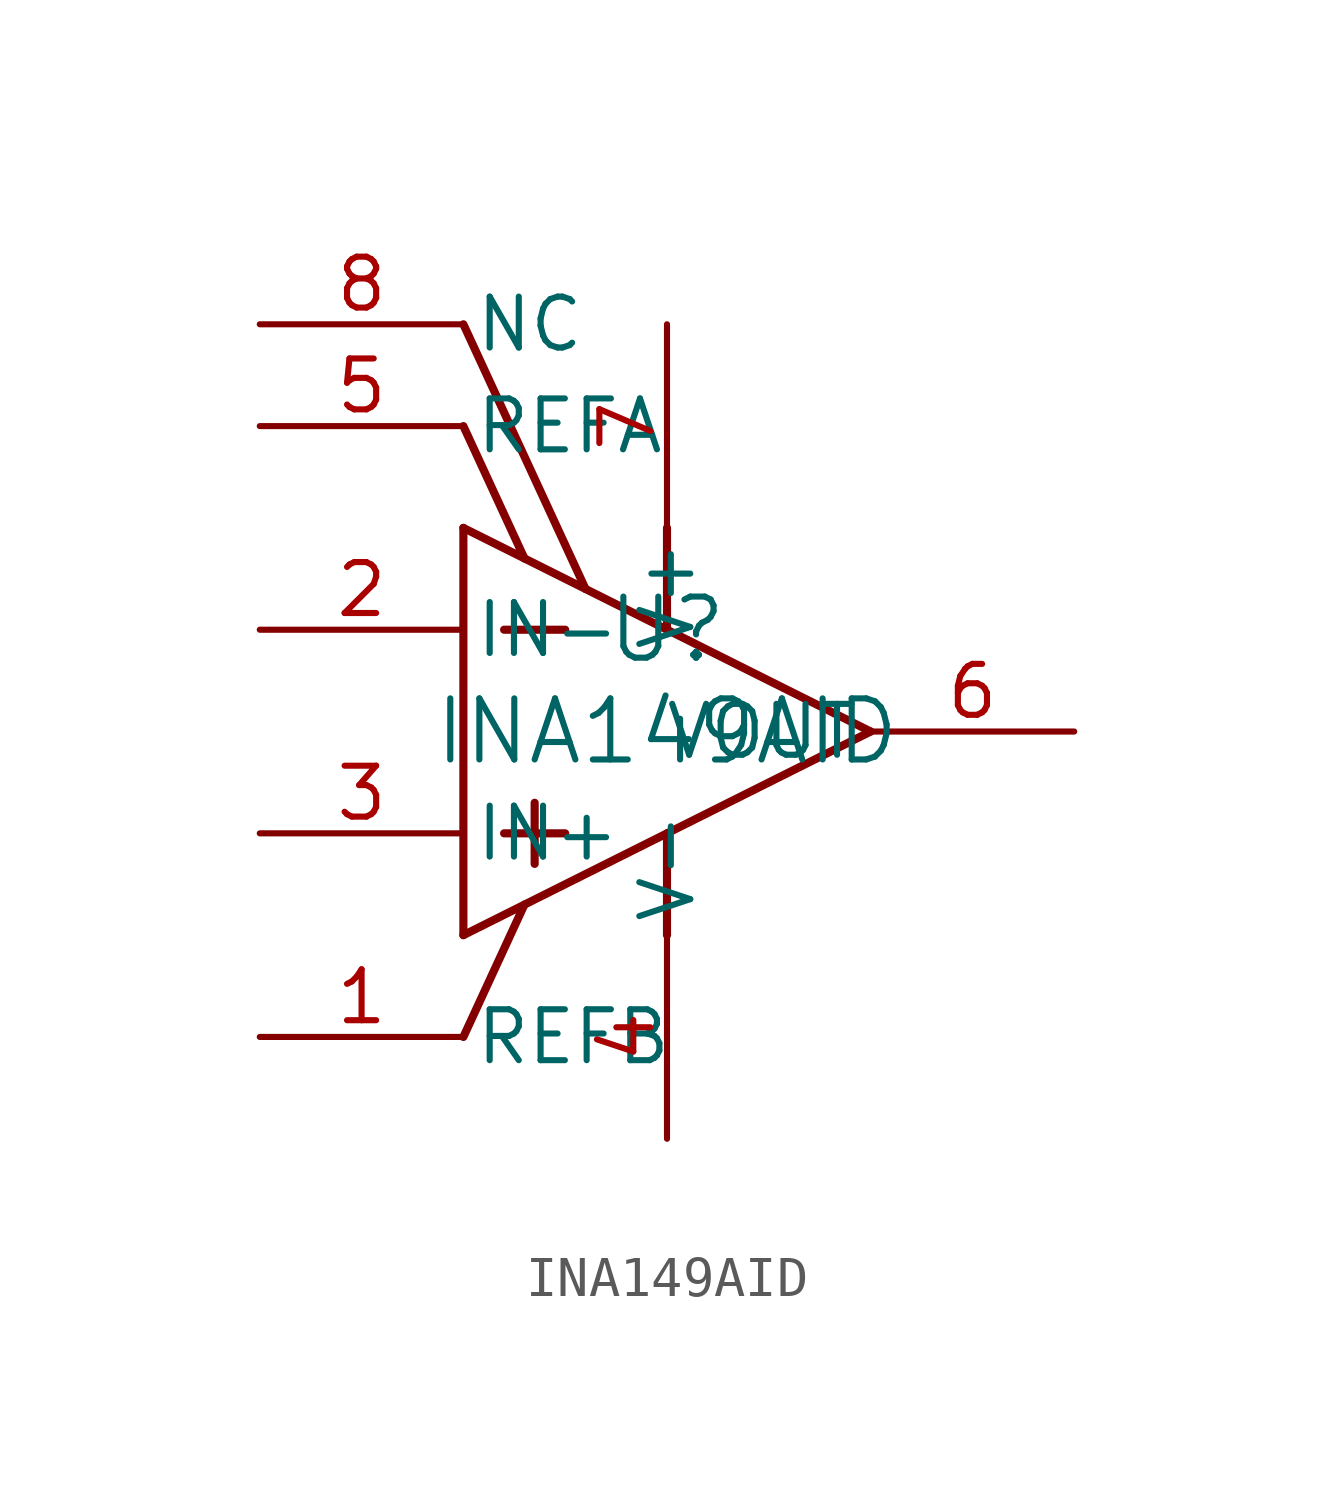
<source format=kicad_sym>
(kicad_symbol_lib
  (version 20211014)
  (generator kicad_symbol_editor)
  (symbol "INA149AID"
    (pin_names
      (offset 0.254))
    (property "Reference" "U"
      (at 0 2.54 0)
      (effects (font (size 1.524 1.524))))
    (property "Value" "INA149AID"
      (at 0 0 0)
      (effects (font (size 1.524 1.524))))
    (symbol "INA149AID_0_1"
      (polyline (pts (xy -5.08 5.08) (xy 5.08 0)) (stroke (width 0.203) (type default) (color 0 0 0 0)) (fill (type none)))
      (polyline (pts (xy -5.08 -5.08) (xy 5.08 0)) (stroke (width 0.203) (type default) (color 0 0 0 0)) (fill (type none)))
      (polyline (pts (xy -5.08 5.08) (xy -5.08 -5.08)) (stroke (width 0.203) (type default) (color 0 0 0 0)) (fill (type none)))
      (polyline (pts (xy -4.064 2.54) (xy -2.54 2.54)) (stroke (width 0.203) (type default) (color 0 0 0 0)) (fill (type none)))
      (polyline (pts (xy -4.064 -2.54) (xy -2.54 -2.54)) (stroke (width 0.203) (type default) (color 0 0 0 0)) (fill (type none)))
      (polyline (pts (xy -3.302 -1.778) (xy -3.302 -3.302)) (stroke (width 0.203) (type default) (color 0 0 0 0)) (fill (type none)))
      (polyline (pts (xy 0 5.08) (xy 0 2.54)) (stroke (width 0.203) (type default) (color 0 0 0 0)) (fill (type none)))
      (polyline (pts (xy 0 -2.54) (xy 0 -5.08)) (stroke (width 0.203) (type default) (color 0 0 0 0)) (fill (type none)))
      (polyline (pts (xy -3.556 4.318) (xy -5.08 7.62)) (stroke (width 0.203) (type default) (color 0 0 0 0)) (fill (type none)))
      (polyline (pts (xy -2.032 3.556) (xy -5.08 10.16)) (stroke (width 0.203) (type default) (color 0 0 0 0)) (fill (type none)))
      (polyline (pts (xy -3.556 -4.318) (xy -5.08 -7.62)) (stroke (width 0.203) (type default) (color 0 0 0 0)) (fill (type none)))
      (pin input line (at -10.16 -7.62 0) (length 5.08) (name "REFB" (effects (font (size 1.27 1.27)))) (number "1" (effects (font (size 1.27 1.27)))))
      (pin input line (at -10.16 2.54 0) (length 5.08) (name "IN-" (effects (font (size 1.27 1.27)))) (number "2" (effects (font (size 1.27 1.27)))))
      (pin input line (at -10.16 -2.54 0) (length 5.08) (name "IN+" (effects (font (size 1.27 1.27)))) (number "3" (effects (font (size 1.27 1.27)))))
      (pin power_in line (at 0 -10.16 90) (length 5.08) (name "V-" (effects (font (size 1.27 1.27)))) (number "4" (effects (font (size 1.27 1.27)))))
      (pin input line (at -10.16 7.62 0) (length 5.08) (name "REFA" (effects (font (size 1.27 1.27)))) (number "5" (effects (font (size 1.27 1.27)))))
      (pin output line (at 10.16 0 180) (length 5.08) (name "VOUT" (effects (font (size 1.27 1.27)))) (number "6" (effects (font (size 1.27 1.27)))))
      (pin power_in line (at 0 10.16 270) (length 5.08) (name "V+" (effects (font (size 1.27 1.27)))) (number "7" (effects (font (size 1.27 1.27)))))
      (pin unspecified line (at -10.16 10.16 0) (length 5.08) (name "NC" (effects (font (size 1.27 1.27)))) (number "8" (effects (font (size 1.27 1.27))))))))
</source>
